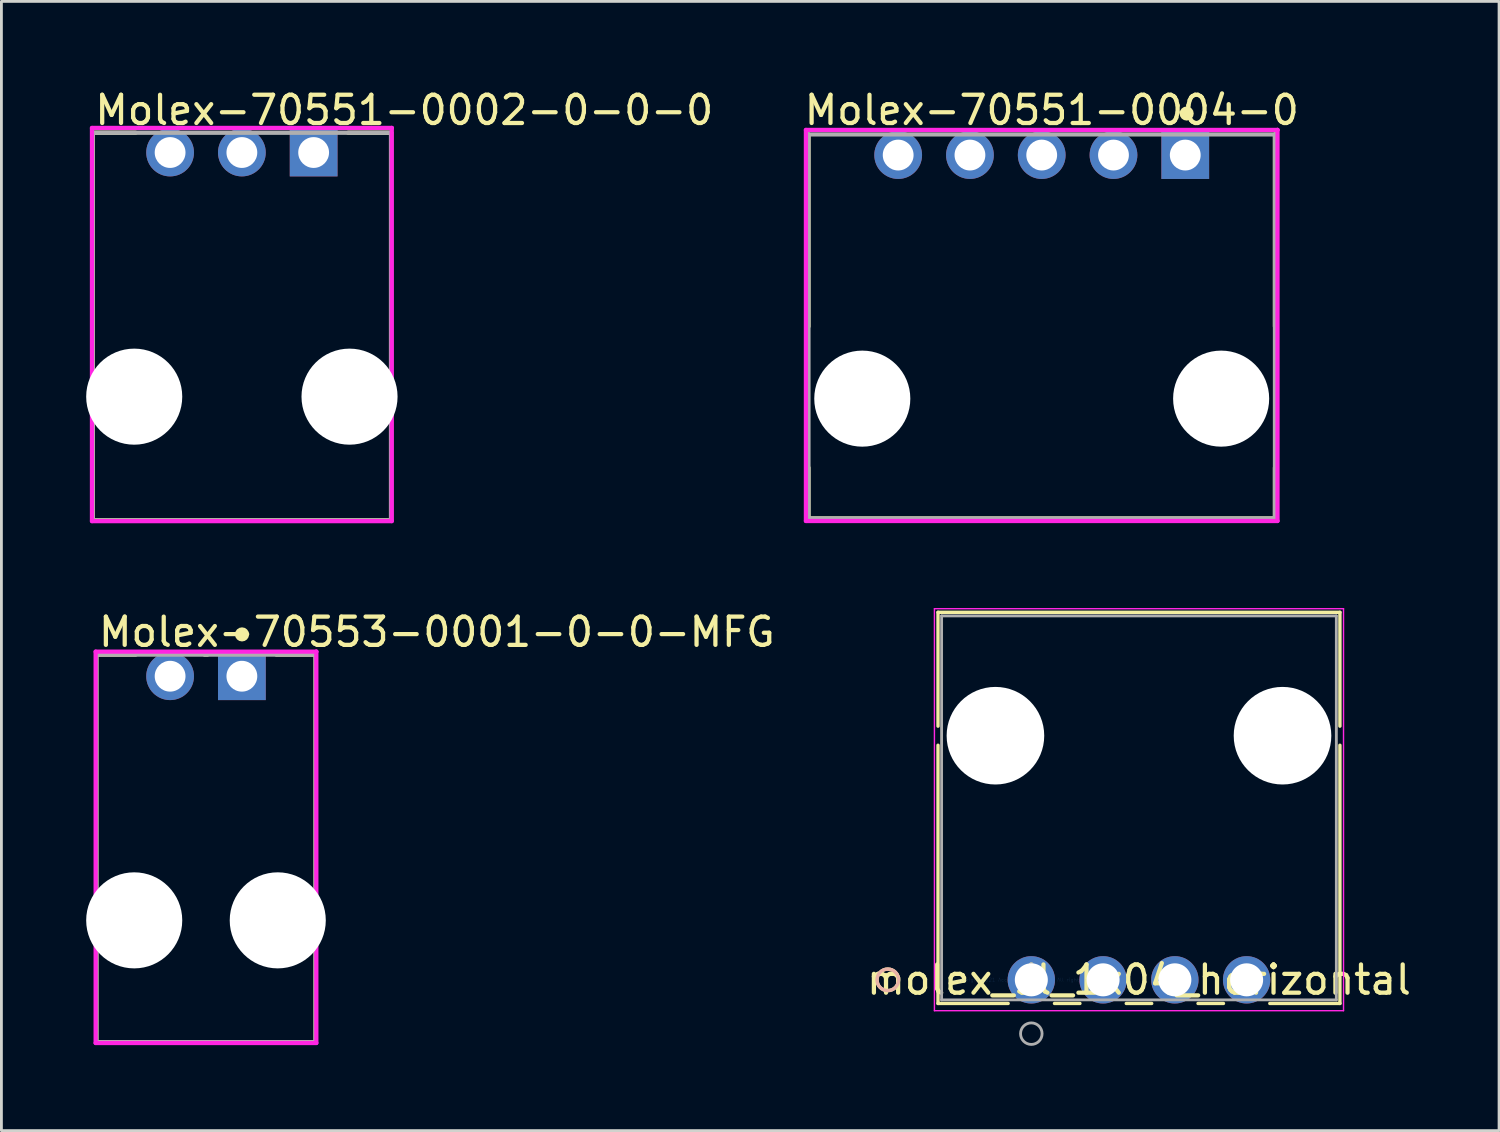
<source format=kicad_pcb>
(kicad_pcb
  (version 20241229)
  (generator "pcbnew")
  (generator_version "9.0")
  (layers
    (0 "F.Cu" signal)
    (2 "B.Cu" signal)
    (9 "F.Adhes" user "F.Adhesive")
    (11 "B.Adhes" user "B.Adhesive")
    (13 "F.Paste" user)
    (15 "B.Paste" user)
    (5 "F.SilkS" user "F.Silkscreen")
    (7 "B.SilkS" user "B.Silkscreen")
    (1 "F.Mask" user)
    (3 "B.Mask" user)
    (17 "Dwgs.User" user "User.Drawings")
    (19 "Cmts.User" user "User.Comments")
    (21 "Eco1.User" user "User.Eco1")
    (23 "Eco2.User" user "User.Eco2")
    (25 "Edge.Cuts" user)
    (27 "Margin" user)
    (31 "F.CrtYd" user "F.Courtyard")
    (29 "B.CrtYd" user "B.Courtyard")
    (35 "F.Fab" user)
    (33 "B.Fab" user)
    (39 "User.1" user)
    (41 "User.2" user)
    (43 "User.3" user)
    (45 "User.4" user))
  (footprint "Molex-70551-0004-0"
    (layer "F.Cu")
    (at 33.817 8.503)
    (property "Reference" "Molex-70551-0004-0" (at -8.48 -7.655 0) (layer "F.SilkS") (effects (font (size 1 1) (thickness 0.15)) (justify left)))
    (attr through_hole)
    (fp_line (start -8.255 -6.795) (end -8.255 0) (stroke (width 0.15) (type solid)) (layer "F.SilkS"))
    (fp_line (start -8.255 6.795) (end -8.255 5) (stroke (width 0.15) (type solid)) (layer "F.SilkS"))
    (fp_line (start -8.255 6.795) (end 8.255 6.795) (stroke (width 0.15) (type solid)) (layer "F.SilkS"))
    (fp_line (start 8.255 -6.795) (end 8.255 0) (stroke (width 0.15) (type solid)) (layer "F.SilkS"))
    (fp_line (start 8.255 6.795) (end 8.255 5) (stroke (width 0.15) (type solid)) (layer "F.SilkS"))
    (fp_circle (center 5.13 -7.535) (end 5.255 -7.535) (stroke (width 0.25) (type solid)) (fill no) (layer "F.SilkS"))
    (fp_line (start -8.345 -6.955) (end -8.345 6.885) (stroke (width 0.15) (type solid)) (layer "F.CrtYd"))
    (fp_line (start -8.345 6.885) (end 8.345 6.885) (stroke (width 0.15) (type solid)) (layer "F.CrtYd"))
    (fp_line (start 8.345 -6.955) (end -8.345 -6.955) (stroke (width 0.15) (type solid)) (layer "F.CrtYd"))
    (fp_line (start 8.345 -6.955) (end 8.345 -6.955) (stroke (width 0.15) (type solid)) (layer "F.CrtYd"))
    (fp_line (start 8.345 6.885) (end 8.345 -6.955) (stroke (width 0.15) (type solid)) (layer "F.CrtYd"))
    (fp_line (start -8.255 -6.795) (end 8.255 -6.795) (stroke (width 0.15) (type solid)) (layer "F.Fab"))
    (fp_line (start -8.255 6.795) (end -8.255 -6.795) (stroke (width 0.15) (type solid)) (layer "F.Fab"))
    (fp_line (start 8.255 -6.795) (end 8.255 6.795) (stroke (width 0.15) (type solid)) (layer "F.Fab"))
    (fp_line (start 8.255 6.795) (end -8.255 6.795) (stroke (width 0.15) (type solid)) (layer "F.Fab"))
    (pad "" np_thru_hole circle (at -6.35 2.555) (size 3.4 3.4) (drill 3.4) (layers "*.Cu" "*.Mask"))
    (pad "" np_thru_hole circle (at 6.35 2.555) (size 3.4 3.4) (drill 3.4) (layers "*.Cu" "*.Mask"))
    (pad "1" thru_hole rect (at 5.08 -6.065 180) (size 1.69 1.69) (drill 1.09) (layers "*.Cu"))
    (pad "2" thru_hole circle (at 2.54 -6.065 180) (size 1.69 1.69) (drill 1.09) (layers "*.Cu"))
    (pad "3" thru_hole circle (at 0 -6.065 180) (size 1.69 1.69) (drill 1.09) (layers "*.Cu"))
    (pad "4" thru_hole circle (at -2.54 -6.065 180) (size 1.69 1.69) (drill 1.09) (layers "*.Cu"))
    (pad "5" thru_hole circle (at -5.08 -6.065 180) (size 1.69 1.69) (drill 1.09) (layers "*.Cu")))
  (footprint "molex_sl_1x04_horizontal"
    (layer "F.Cu")
    (at 33.449 31.627)
    (property "Reference" "molex_sl_1x04_horizontal" (at 3.81 0 0) (layer "F.SilkS") (effects (font (size 1 1) (thickness 0.15))))
    (attr through_hole)
    (fp_line (start -3.302 -13.007) (end -3.302 -8.978) (stroke (width 0.12) (type solid)) (layer "F.SilkS"))
    (fp_line (start -3.302 -8.302) (end -3.302 0.836) (stroke (width 0.12) (type solid)) (layer "F.SilkS"))
    (fp_line (start -3.302 0.836) (end -0.82 0.836) (stroke (width 0.12) (type solid)) (layer "F.SilkS"))
    (fp_line (start 0.82 0.836) (end 1.72 0.836) (stroke (width 0.12) (type solid)) (layer "F.SilkS"))
    (fp_line (start 3.36 0.836) (end 4.26 0.836) (stroke (width 0.12) (type solid)) (layer "F.SilkS"))
    (fp_line (start 5.9 0.836) (end 6.8 0.836) (stroke (width 0.12) (type solid)) (layer "F.SilkS"))
    (fp_line (start 8.44 0.836) (end 10.922 0.836) (stroke (width 0.12) (type solid)) (layer "F.SilkS"))
    (fp_line (start 10.922 -13.007) (end -3.302 -13.007) (stroke (width 0.12) (type solid)) (layer "F.SilkS"))
    (fp_line (start 10.922 -8.978) (end 10.922 -13.007) (stroke (width 0.12) (type solid)) (layer "F.SilkS"))
    (fp_line (start 10.922 0.836) (end 10.922 -8.302) (stroke (width 0.12) (type solid)) (layer "F.SilkS"))
    (fp_circle (center -5.08 0) (end -4.699 0) (stroke (width 0.12) (type solid)) (fill no) (layer "F.SilkS"))
    (fp_circle (center -5.08 0) (end -4.699 0) (stroke (width 0.12) (type solid)) (fill no) (layer "B.SilkS"))
    (fp_line (start -3.429 -13.134) (end -3.429 1.092) (stroke (width 0.05) (type solid)) (layer "F.CrtYd"))
    (fp_line (start -3.429 1.092) (end 11.049 1.092) (stroke (width 0.05) (type solid)) (layer "F.CrtYd"))
    (fp_line (start 11.049 -13.134) (end -3.429 -13.134) (stroke (width 0.05) (type solid)) (layer "F.CrtYd"))
    (fp_line (start 11.049 1.092) (end 11.049 -13.134) (stroke (width 0.05) (type solid)) (layer "F.CrtYd"))
    (fp_line (start -3.175 -12.88) (end -3.175 0.709) (stroke (width 0.1) (type solid)) (layer "F.Fab"))
    (fp_line (start -3.175 0.709) (end 10.795 0.709) (stroke (width 0.1) (type solid)) (layer "F.Fab"))
    (fp_line (start 10.795 -12.88) (end -3.175 -12.88) (stroke (width 0.1) (type solid)) (layer "F.Fab"))
    (fp_line (start 10.795 0.709) (end 10.795 -12.88) (stroke (width 0.1) (type solid)) (layer "F.Fab"))
    (fp_circle (center 0 1.905) (end 0.381 1.905) (stroke (width 0.1) (type solid)) (fill no) (layer "F.Fab"))
    (fp_text user "*" (at 0 0 0) (layer "F.SilkS") (effects (font (size 1 1) (thickness 0.15))))
    (fp_text user "Copyright 2021 Accelerated Designs. All rights reserved." (at 0 0 0) (layer "Cmts.User") (effects (font (size 0.127 0.127) (thickness 0.002))))
    (fp_text user "*" (at 0 0 0) (layer "F.Fab") (effects (font (size 1 1) (thickness 0.15))))
    (pad "" np_thru_hole circle (at -1.27 -8.64 90) (size 3.454 3.454) (drill 3.454) (layers "*.Cu" "*.Mask"))
    (pad "" np_thru_hole circle (at 8.89 -8.64 90) (size 3.454 3.454) (drill 3.454) (layers "*.Cu" "*.Mask"))
    (pad "1" thru_hole circle (at 0 0) (size 1.676 1.676) (drill 1.168) (layers "*.Cu" "*.Mask"))
    (pad "2" thru_hole circle (at 2.54 0) (size 1.676 1.676) (drill 1.168) (layers "*.Cu" "*.Mask"))
    (pad "3" thru_hole circle (at 5.08 0) (size 1.676 1.676) (drill 1.168) (layers "*.Cu" "*.Mask"))
    (pad "4" thru_hole circle (at 7.62 0) (size 1.676 1.676) (drill 1.168) (layers "*.Cu" "*.Mask")))
  (footprint "Molex-70551-0002-0-0-0"
    (layer "F.Cu")
    (at 5.51 8.443)
    (property "Reference" "Molex-70551-0002-0-0-0" (at -5.28 -7.595 0) (layer "F.SilkS") (effects (font (size 1 1) (thickness 0.15)) (justify left)))
    (attr through_hole)
    (fp_line (start -5.28 -6.795) (end -3.76 -6.795) (stroke (width 0.15) (type solid)) (layer "F.SilkS"))
    (fp_line (start -5.28 6.925) (end -5.28 -6.795) (stroke (width 0.15) (type solid)) (layer "F.SilkS"))
    (fp_line (start -5.28 6.925) (end 5.28 6.925) (stroke (width 0.15) (type solid)) (layer "F.SilkS"))
    (fp_line (start 3.76 -6.795) (end 5.28 -6.795) (stroke (width 0.15) (type solid)) (layer "F.SilkS"))
    (fp_line (start 5.28 6.925) (end 5.28 -6.795) (stroke (width 0.15) (type solid)) (layer "F.SilkS"))
    (fp_line (start -5.305 -6.965) (end -5.305 6.95) (stroke (width 0.15) (type solid)) (layer "F.CrtYd"))
    (fp_line (start -5.305 6.95) (end 5.305 6.95) (stroke (width 0.15) (type solid)) (layer "F.CrtYd"))
    (fp_line (start 5.305 -6.965) (end -5.305 -6.965) (stroke (width 0.15) (type solid)) (layer "F.CrtYd"))
    (fp_line (start 5.305 -6.965) (end 5.305 -6.965) (stroke (width 0.15) (type solid)) (layer "F.CrtYd"))
    (fp_line (start 5.305 6.95) (end 5.305 -6.965) (stroke (width 0.15) (type solid)) (layer "F.CrtYd"))
    (fp_line (start -5.28 -6.795) (end 5.28 -6.795) (stroke (width 0.15) (type solid)) (layer "F.Fab"))
    (fp_line (start -5.28 6.925) (end -5.28 -6.795) (stroke (width 0.15) (type solid)) (layer "F.Fab"))
    (fp_line (start 5.28 -6.795) (end 5.28 6.925) (stroke (width 0.15) (type solid)) (layer "F.Fab"))
    (fp_line (start 5.28 6.925) (end -5.28 6.925) (stroke (width 0.15) (type solid)) (layer "F.Fab"))
    (pad "" np_thru_hole circle (at -3.81 2.545) (size 3.4 3.4) (drill 3.4) (layers "*.Cu" "*.Mask"))
    (pad "" np_thru_hole circle (at 3.81 2.545) (size 3.4 3.4) (drill 3.4) (layers "*.Cu" "*.Mask"))
    (pad "1" thru_hole rect (at 2.54 -6.095) (size 1.69 1.69) (drill 1.09) (layers "*.Cu" "*.Mask"))
    (pad "2" thru_hole circle (at 0 -6.095) (size 1.69 1.69) (drill 1.09) (layers "*.Cu" "*.Mask"))
    (pad "3" thru_hole circle (at -2.54 -6.095) (size 1.69 1.69) (drill 1.09) (layers "*.Cu" "*.Mask")))
  (footprint "Molex-70553-0001-0-0-MFG"
    (layer "F.Cu")
    (at 4.24 26.977)
    (property "Reference" "Molex-70553-0001-0-0-MFG" (at -3.88 -7.66 0) (layer "F.SilkS") (effects (font (size 1 1) (thickness 0.15)) (justify left)))
    (attr through_hole)
    (fp_line (start -3.88 -6.86) (end -2.49 -6.86) (stroke (width 0.15) (type solid)) (layer "F.SilkS"))
    (fp_line (start -3.88 6.86) (end -3.88 -6.86) (stroke (width 0.15) (type solid)) (layer "F.SilkS"))
    (fp_line (start -3.88 6.86) (end 3.88 6.86) (stroke (width 0.15) (type solid)) (layer "F.SilkS"))
    (fp_line (start -0.05 -6.86) (end 0.05 -6.86) (stroke (width 0.15) (type solid)) (layer "F.SilkS"))
    (fp_line (start 2.49 -6.86) (end 3.88 -6.86) (stroke (width 0.15) (type solid)) (layer "F.SilkS"))
    (fp_line (start 3.88 6.86) (end 3.88 -6.86) (stroke (width 0.15) (type solid)) (layer "F.SilkS"))
    (fp_circle (center 1.275 -7.575) (end 1.4 -7.575) (stroke (width 0.25) (type solid)) (fill no) (layer "F.SilkS"))
    (fp_line (start -3.905 -6.965) (end -3.905 6.885) (stroke (width 0.15) (type solid)) (layer "F.CrtYd"))
    (fp_line (start -3.905 6.885) (end 3.905 6.885) (stroke (width 0.15) (type solid)) (layer "F.CrtYd"))
    (fp_line (start 3.905 -6.965) (end -3.905 -6.965) (stroke (width 0.15) (type solid)) (layer "F.CrtYd"))
    (fp_line (start 3.905 -6.965) (end 3.905 -6.965) (stroke (width 0.15) (type solid)) (layer "F.CrtYd"))
    (fp_line (start 3.905 6.885) (end 3.905 -6.965) (stroke (width 0.15) (type solid)) (layer "F.CrtYd"))
    (fp_line (start -3.88 -6.86) (end 3.88 -6.86) (stroke (width 0.15) (type solid)) (layer "F.Fab"))
    (fp_line (start -3.88 6.86) (end -3.88 -6.86) (stroke (width 0.15) (type solid)) (layer "F.Fab"))
    (fp_line (start 3.88 -6.86) (end 3.88 6.86) (stroke (width 0.15) (type solid)) (layer "F.Fab"))
    (fp_line (start 3.88 6.86) (end -3.88 6.86) (stroke (width 0.15) (type solid)) (layer "F.Fab"))
    (pad "" np_thru_hole circle (at -2.54 2.545) (size 3.4 3.4) (drill 3.4) (layers "*.Cu" "*.Mask"))
    (pad "" np_thru_hole circle (at 2.54 2.545) (size 3.4 3.4) (drill 3.4) (layers "*.Cu" "*.Mask"))
    (pad "1" thru_hole rect (at 1.27 -6.095) (size 1.69 1.69) (drill 1.09) (layers "*.Cu" "*.Mask"))
    (pad "2" thru_hole circle (at -1.27 -6.095) (size 1.69 1.69) (drill 1.09) (layers "*.Cu" "*.Mask")))
  (gr_rect
    (start -3 -3)
    (end 50.003 36.963)
    (stroke (width 0.1) (type default))
    (fill no)
    (layer "Edge.Cuts")))
</source>
